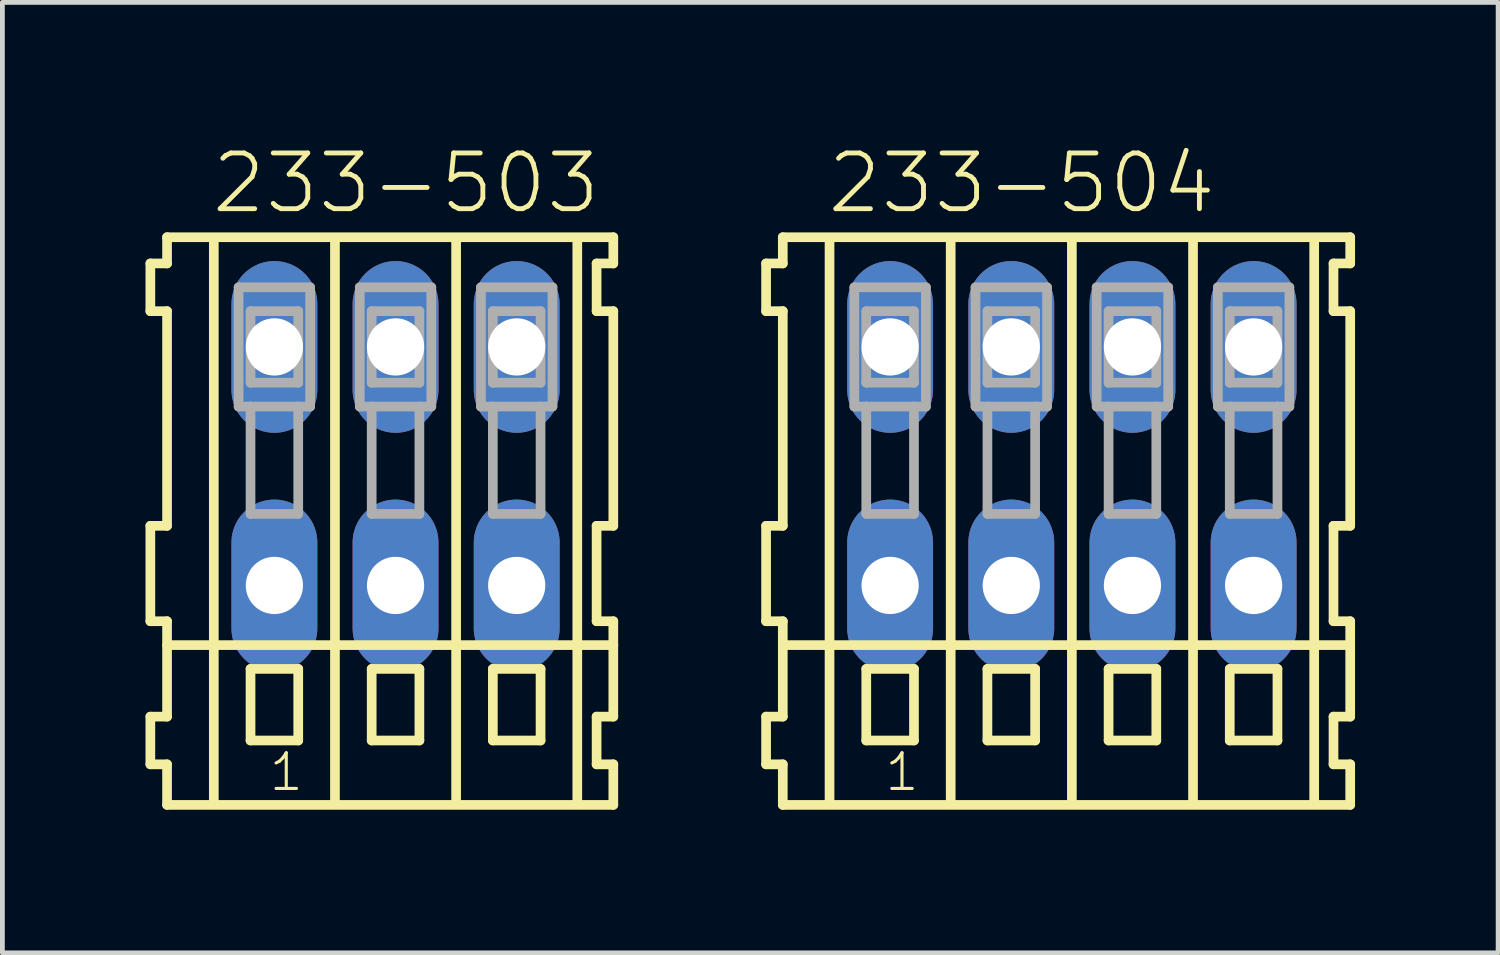
<source format=kicad_pcb>
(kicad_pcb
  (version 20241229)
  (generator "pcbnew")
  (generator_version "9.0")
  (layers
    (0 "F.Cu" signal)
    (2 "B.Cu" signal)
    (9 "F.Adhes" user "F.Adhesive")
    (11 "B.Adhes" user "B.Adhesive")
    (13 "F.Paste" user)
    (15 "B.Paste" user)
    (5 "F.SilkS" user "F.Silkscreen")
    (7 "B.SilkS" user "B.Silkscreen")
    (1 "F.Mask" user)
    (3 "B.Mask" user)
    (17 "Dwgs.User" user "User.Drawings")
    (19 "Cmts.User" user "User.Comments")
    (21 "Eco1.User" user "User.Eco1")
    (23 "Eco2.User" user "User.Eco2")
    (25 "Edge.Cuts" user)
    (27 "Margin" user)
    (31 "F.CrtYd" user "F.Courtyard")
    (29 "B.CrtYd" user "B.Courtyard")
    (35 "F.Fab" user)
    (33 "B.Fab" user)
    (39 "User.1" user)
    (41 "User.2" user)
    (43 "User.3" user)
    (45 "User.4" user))
  (footprint "233-503"
    (layer "F.Cu")
    (at 5.242 6.723)
    (property "Reference" "233-503" (at -3.91 -5.25 0) (layer "F.SilkS") (effects (font (size 1.168 1.168) (thickness 0.102)) (justify left bottom)))
    (fp_line (start -5.14 -4.25) (end -5.14 -3.25) (stroke (width 0.203) (type solid)) (layer "F.SilkS"))
    (fp_line (start -5.14 -3.25) (end -4.79 -3.25) (stroke (width 0.203) (type solid)) (layer "F.SilkS"))
    (fp_line (start -5.14 1.25) (end -5.14 3.25) (stroke (width 0.203) (type solid)) (layer "F.SilkS"))
    (fp_line (start -5.14 3.25) (end -4.79 3.25) (stroke (width 0.203) (type solid)) (layer "F.SilkS"))
    (fp_line (start -5.14 5.25) (end -5.14 6.25) (stroke (width 0.203) (type solid)) (layer "F.SilkS"))
    (fp_line (start -5.14 6.25) (end -4.79 6.25) (stroke (width 0.203) (type solid)) (layer "F.SilkS"))
    (fp_line (start -4.79 -4.8) (end -4.79 -4.25) (stroke (width 0.203) (type solid)) (layer "F.SilkS"))
    (fp_line (start -4.79 -4.25) (end -5.14 -4.25) (stroke (width 0.203) (type solid)) (layer "F.SilkS"))
    (fp_line (start -4.79 -3.25) (end -4.79 1.25) (stroke (width 0.203) (type solid)) (layer "F.SilkS"))
    (fp_line (start -4.79 1.25) (end -5.14 1.25) (stroke (width 0.203) (type solid)) (layer "F.SilkS"))
    (fp_line (start -4.79 3.25) (end -4.79 5.25) (stroke (width 0.203) (type solid)) (layer "F.SilkS"))
    (fp_line (start -4.79 3.75) (end 4.565 3.75) (stroke (width 0.203) (type solid)) (layer "F.SilkS"))
    (fp_line (start -4.79 5.25) (end -5.14 5.25) (stroke (width 0.203) (type solid)) (layer "F.SilkS"))
    (fp_line (start -4.79 6.25) (end -4.79 7.1) (stroke (width 0.203) (type solid)) (layer "F.SilkS"))
    (fp_line (start -4.79 7.1) (end 4.565 7.1) (stroke (width 0.203) (type solid)) (layer "F.SilkS"))
    (fp_line (start -3.81 6.985) (end -3.81 -4.699) (stroke (width 0.203) (type solid)) (layer "F.SilkS"))
    (fp_line (start -3.04 4.25) (end -3.04 5.75) (stroke (width 0.203) (type solid)) (layer "F.SilkS"))
    (fp_line (start -3.04 5.75) (end -2.04 5.75) (stroke (width 0.203) (type solid)) (layer "F.SilkS"))
    (fp_line (start -2.04 4.25) (end -3.04 4.25) (stroke (width 0.203) (type solid)) (layer "F.SilkS"))
    (fp_line (start -2.04 5.75) (end -2.04 4.25) (stroke (width 0.203) (type solid)) (layer "F.SilkS"))
    (fp_line (start -1.27 6.985) (end -1.27 -4.699) (stroke (width 0.203) (type solid)) (layer "F.SilkS"))
    (fp_line (start -0.5 4.25) (end -0.5 5.75) (stroke (width 0.203) (type solid)) (layer "F.SilkS"))
    (fp_line (start -0.5 5.75) (end 0.5 5.75) (stroke (width 0.203) (type solid)) (layer "F.SilkS"))
    (fp_line (start 0.5 4.25) (end -0.5 4.25) (stroke (width 0.203) (type solid)) (layer "F.SilkS"))
    (fp_line (start 0.5 5.75) (end 0.5 4.25) (stroke (width 0.203) (type solid)) (layer "F.SilkS"))
    (fp_line (start 1.27 6.985) (end 1.27 -4.699) (stroke (width 0.203) (type solid)) (layer "F.SilkS"))
    (fp_line (start 2.04 4.25) (end 2.04 5.75) (stroke (width 0.203) (type solid)) (layer "F.SilkS"))
    (fp_line (start 2.04 5.75) (end 3.04 5.75) (stroke (width 0.203) (type solid)) (layer "F.SilkS"))
    (fp_line (start 3.04 4.25) (end 2.04 4.25) (stroke (width 0.203) (type solid)) (layer "F.SilkS"))
    (fp_line (start 3.04 5.75) (end 3.04 4.25) (stroke (width 0.203) (type solid)) (layer "F.SilkS"))
    (fp_line (start 3.81 6.985) (end 3.81 -4.699) (stroke (width 0.203) (type solid)) (layer "F.SilkS"))
    (fp_line (start 4.215 -4.25) (end 4.215 -3.25) (stroke (width 0.203) (type solid)) (layer "F.SilkS"))
    (fp_line (start 4.215 -3.25) (end 4.565 -3.25) (stroke (width 0.203) (type solid)) (layer "F.SilkS"))
    (fp_line (start 4.215 1.25) (end 4.215 3.25) (stroke (width 0.203) (type solid)) (layer "F.SilkS"))
    (fp_line (start 4.215 3.25) (end 4.565 3.25) (stroke (width 0.203) (type solid)) (layer "F.SilkS"))
    (fp_line (start 4.215 5.25) (end 4.215 6.25) (stroke (width 0.203) (type solid)) (layer "F.SilkS"))
    (fp_line (start 4.215 6.25) (end 4.565 6.25) (stroke (width 0.203) (type solid)) (layer "F.SilkS"))
    (fp_line (start 4.565 -4.8) (end -4.79 -4.8) (stroke (width 0.203) (type solid)) (layer "F.SilkS"))
    (fp_line (start 4.565 -4.25) (end 4.215 -4.25) (stroke (width 0.203) (type solid)) (layer "F.SilkS"))
    (fp_line (start 4.565 -4.25) (end 4.565 -4.8) (stroke (width 0.203) (type solid)) (layer "F.SilkS"))
    (fp_line (start 4.565 1.25) (end 4.215 1.25) (stroke (width 0.203) (type solid)) (layer "F.SilkS"))
    (fp_line (start 4.565 1.25) (end 4.565 -3.25) (stroke (width 0.203) (type solid)) (layer "F.SilkS"))
    (fp_line (start 4.565 3.75) (end 4.565 3.25) (stroke (width 0.203) (type solid)) (layer "F.SilkS"))
    (fp_line (start 4.565 5.25) (end 4.215 5.25) (stroke (width 0.203) (type solid)) (layer "F.SilkS"))
    (fp_line (start 4.565 5.25) (end 4.565 3.75) (stroke (width 0.203) (type solid)) (layer "F.SilkS"))
    (fp_line (start 4.565 7.1) (end 4.565 6.25) (stroke (width 0.203) (type solid)) (layer "F.SilkS"))
    (fp_line (start -3.29 -3.75) (end -3.29 -1.25) (stroke (width 0.203) (type solid)) (layer "F.Fab"))
    (fp_line (start -3.29 -1.25) (end -3.04 -1.25) (stroke (width 0.203) (type solid)) (layer "F.Fab"))
    (fp_line (start -3.04 -3.25) (end -3.04 -1.75) (stroke (width 0.203) (type solid)) (layer "F.Fab"))
    (fp_line (start -3.04 -1.75) (end -2.04 -1.75) (stroke (width 0.203) (type solid)) (layer "F.Fab"))
    (fp_line (start -3.04 -1.25) (end -3.04 1) (stroke (width 0.203) (type solid)) (layer "F.Fab"))
    (fp_line (start -3.04 -1.25) (end -2.04 -1.25) (stroke (width 0.203) (type solid)) (layer "F.Fab"))
    (fp_line (start -3.04 1) (end -2.04 1) (stroke (width 0.203) (type solid)) (layer "F.Fab"))
    (fp_line (start -2.04 -3.25) (end -3.04 -3.25) (stroke (width 0.203) (type solid)) (layer "F.Fab"))
    (fp_line (start -2.04 -1.75) (end -2.04 -3.25) (stroke (width 0.203) (type solid)) (layer "F.Fab"))
    (fp_line (start -2.04 -1.25) (end -1.79 -1.25) (stroke (width 0.203) (type solid)) (layer "F.Fab"))
    (fp_line (start -2.04 1) (end -2.04 -1.25) (stroke (width 0.203) (type solid)) (layer "F.Fab"))
    (fp_line (start -1.79 -3.75) (end -3.29 -3.75) (stroke (width 0.203) (type solid)) (layer "F.Fab"))
    (fp_line (start -1.79 -1.25) (end -1.79 -3.75) (stroke (width 0.203) (type solid)) (layer "F.Fab"))
    (fp_line (start -0.75 -3.75) (end -0.75 -1.25) (stroke (width 0.203) (type solid)) (layer "F.Fab"))
    (fp_line (start -0.75 -1.25) (end -0.5 -1.25) (stroke (width 0.203) (type solid)) (layer "F.Fab"))
    (fp_line (start -0.5 -3.25) (end -0.5 -1.75) (stroke (width 0.203) (type solid)) (layer "F.Fab"))
    (fp_line (start -0.5 -1.75) (end 0.5 -1.75) (stroke (width 0.203) (type solid)) (layer "F.Fab"))
    (fp_line (start -0.5 -1.25) (end -0.5 1) (stroke (width 0.203) (type solid)) (layer "F.Fab"))
    (fp_line (start -0.5 -1.25) (end 0.5 -1.25) (stroke (width 0.203) (type solid)) (layer "F.Fab"))
    (fp_line (start -0.5 1) (end 0.5 1) (stroke (width 0.203) (type solid)) (layer "F.Fab"))
    (fp_line (start 0.5 -3.25) (end -0.5 -3.25) (stroke (width 0.203) (type solid)) (layer "F.Fab"))
    (fp_line (start 0.5 -1.75) (end 0.5 -3.25) (stroke (width 0.203) (type solid)) (layer "F.Fab"))
    (fp_line (start 0.5 -1.25) (end 0.75 -1.25) (stroke (width 0.203) (type solid)) (layer "F.Fab"))
    (fp_line (start 0.5 1) (end 0.5 -1.25) (stroke (width 0.203) (type solid)) (layer "F.Fab"))
    (fp_line (start 0.75 -3.75) (end -0.75 -3.75) (stroke (width 0.203) (type solid)) (layer "F.Fab"))
    (fp_line (start 0.75 -1.25) (end 0.75 -3.75) (stroke (width 0.203) (type solid)) (layer "F.Fab"))
    (fp_line (start 1.79 -3.75) (end 1.79 -1.25) (stroke (width 0.203) (type solid)) (layer "F.Fab"))
    (fp_line (start 1.79 -1.25) (end 2.04 -1.25) (stroke (width 0.203) (type solid)) (layer "F.Fab"))
    (fp_line (start 2.04 -3.25) (end 2.04 -1.75) (stroke (width 0.203) (type solid)) (layer "F.Fab"))
    (fp_line (start 2.04 -1.75) (end 3.04 -1.75) (stroke (width 0.203) (type solid)) (layer "F.Fab"))
    (fp_line (start 2.04 -1.25) (end 2.04 1) (stroke (width 0.203) (type solid)) (layer "F.Fab"))
    (fp_line (start 2.04 -1.25) (end 3.04 -1.25) (stroke (width 0.203) (type solid)) (layer "F.Fab"))
    (fp_line (start 2.04 1) (end 3.04 1) (stroke (width 0.203) (type solid)) (layer "F.Fab"))
    (fp_line (start 3.04 -3.25) (end 2.04 -3.25) (stroke (width 0.203) (type solid)) (layer "F.Fab"))
    (fp_line (start 3.04 -1.75) (end 3.04 -3.25) (stroke (width 0.203) (type solid)) (layer "F.Fab"))
    (fp_line (start 3.04 -1.25) (end 3.29 -1.25) (stroke (width 0.203) (type solid)) (layer "F.Fab"))
    (fp_line (start 3.04 1) (end 3.04 -1.25) (stroke (width 0.203) (type solid)) (layer "F.Fab"))
    (fp_line (start 3.29 -3.75) (end 1.79 -3.75) (stroke (width 0.203) (type solid)) (layer "F.Fab"))
    (fp_line (start 3.29 -1.25) (end 3.29 -3.75) (stroke (width 0.203) (type solid)) (layer "F.Fab"))
    (fp_text user "1" (at -2.69 6.85 0) (layer "F.SilkS") (effects (font (size 0.748 0.748) (thickness 0.065)) (justify left bottom)))
    (pad "A1" thru_hole oval (at -2.54 -2.5 90) (size 3.6 1.8) (drill 1.2) (layers "*.Cu" "*.Mask"))
    (pad "A2" thru_hole oval (at 0 -2.5 90) (size 3.6 1.8) (drill 1.2) (layers "*.Cu" "*.Mask"))
    (pad "A3" thru_hole oval (at 2.54 -2.5 90) (size 3.6 1.8) (drill 1.2) (layers "*.Cu" "*.Mask"))
    (pad "B1" thru_hole oval (at -2.54 2.5 90) (size 3.6 1.8) (drill 1.2) (layers "*.Cu" "*.Mask"))
    (pad "B2" thru_hole oval (at 0 2.5 90) (size 3.6 1.8) (drill 1.2) (layers "*.Cu" "*.Mask"))
    (pad "B3" thru_hole oval (at 2.54 2.5 90) (size 3.6 1.8) (drill 1.2) (layers "*.Cu" "*.Mask")))
  (footprint "233-504"
    (layer "F.Cu")
    (at 19.42 6.723)
    (property "Reference" "233-504" (at -5.18 -5.25 0) (layer "F.SilkS") (effects (font (size 1.168 1.168) (thickness 0.102)) (justify left bottom)))
    (fp_line (start -6.41 -4.25) (end -6.41 -3.25) (stroke (width 0.203) (type solid)) (layer "F.SilkS"))
    (fp_line (start -6.41 -3.25) (end -6.06 -3.25) (stroke (width 0.203) (type solid)) (layer "F.SilkS"))
    (fp_line (start -6.41 1.25) (end -6.41 3.25) (stroke (width 0.203) (type solid)) (layer "F.SilkS"))
    (fp_line (start -6.41 3.25) (end -6.06 3.25) (stroke (width 0.203) (type solid)) (layer "F.SilkS"))
    (fp_line (start -6.41 5.25) (end -6.41 6.25) (stroke (width 0.203) (type solid)) (layer "F.SilkS"))
    (fp_line (start -6.41 6.25) (end -6.06 6.25) (stroke (width 0.203) (type solid)) (layer "F.SilkS"))
    (fp_line (start -6.06 -4.8) (end -6.06 -4.25) (stroke (width 0.203) (type solid)) (layer "F.SilkS"))
    (fp_line (start -6.06 -4.25) (end -6.41 -4.25) (stroke (width 0.203) (type solid)) (layer "F.SilkS"))
    (fp_line (start -6.06 -3.25) (end -6.06 1.25) (stroke (width 0.203) (type solid)) (layer "F.SilkS"))
    (fp_line (start -6.06 1.25) (end -6.41 1.25) (stroke (width 0.203) (type solid)) (layer "F.SilkS"))
    (fp_line (start -6.06 3.25) (end -6.06 5.25) (stroke (width 0.203) (type solid)) (layer "F.SilkS"))
    (fp_line (start -6.06 3.75) (end 5.835 3.75) (stroke (width 0.203) (type solid)) (layer "F.SilkS"))
    (fp_line (start -6.06 5.25) (end -6.41 5.25) (stroke (width 0.203) (type solid)) (layer "F.SilkS"))
    (fp_line (start -6.06 6.25) (end -6.06 7.1) (stroke (width 0.203) (type solid)) (layer "F.SilkS"))
    (fp_line (start -6.06 7.1) (end 5.835 7.1) (stroke (width 0.203) (type solid)) (layer "F.SilkS"))
    (fp_line (start -5.08 6.985) (end -5.08 -4.699) (stroke (width 0.203) (type solid)) (layer "F.SilkS"))
    (fp_line (start -4.31 4.25) (end -4.31 5.75) (stroke (width 0.203) (type solid)) (layer "F.SilkS"))
    (fp_line (start -4.31 5.75) (end -3.31 5.75) (stroke (width 0.203) (type solid)) (layer "F.SilkS"))
    (fp_line (start -3.31 4.25) (end -4.31 4.25) (stroke (width 0.203) (type solid)) (layer "F.SilkS"))
    (fp_line (start -3.31 5.75) (end -3.31 4.25) (stroke (width 0.203) (type solid)) (layer "F.SilkS"))
    (fp_line (start -2.54 6.985) (end -2.54 -4.699) (stroke (width 0.203) (type solid)) (layer "F.SilkS"))
    (fp_line (start -1.77 4.25) (end -1.77 5.75) (stroke (width 0.203) (type solid)) (layer "F.SilkS"))
    (fp_line (start -1.77 5.75) (end -0.77 5.75) (stroke (width 0.203) (type solid)) (layer "F.SilkS"))
    (fp_line (start -0.77 4.25) (end -1.77 4.25) (stroke (width 0.203) (type solid)) (layer "F.SilkS"))
    (fp_line (start -0.77 5.75) (end -0.77 4.25) (stroke (width 0.203) (type solid)) (layer "F.SilkS"))
    (fp_line (start 0 6.985) (end 0 -4.699) (stroke (width 0.203) (type solid)) (layer "F.SilkS"))
    (fp_line (start 0.77 4.25) (end 0.77 5.75) (stroke (width 0.203) (type solid)) (layer "F.SilkS"))
    (fp_line (start 0.77 5.75) (end 1.77 5.75) (stroke (width 0.203) (type solid)) (layer "F.SilkS"))
    (fp_line (start 1.77 4.25) (end 0.77 4.25) (stroke (width 0.203) (type solid)) (layer "F.SilkS"))
    (fp_line (start 1.77 5.75) (end 1.77 4.25) (stroke (width 0.203) (type solid)) (layer "F.SilkS"))
    (fp_line (start 2.54 6.985) (end 2.54 -4.699) (stroke (width 0.203) (type solid)) (layer "F.SilkS"))
    (fp_line (start 3.31 4.25) (end 3.31 5.75) (stroke (width 0.203) (type solid)) (layer "F.SilkS"))
    (fp_line (start 3.31 5.75) (end 4.31 5.75) (stroke (width 0.203) (type solid)) (layer "F.SilkS"))
    (fp_line (start 4.31 4.25) (end 3.31 4.25) (stroke (width 0.203) (type solid)) (layer "F.SilkS"))
    (fp_line (start 4.31 5.75) (end 4.31 4.25) (stroke (width 0.203) (type solid)) (layer "F.SilkS"))
    (fp_line (start 5.08 6.985) (end 5.08 -4.699) (stroke (width 0.203) (type solid)) (layer "F.SilkS"))
    (fp_line (start 5.485 -4.25) (end 5.485 -3.25) (stroke (width 0.203) (type solid)) (layer "F.SilkS"))
    (fp_line (start 5.485 -3.25) (end 5.835 -3.25) (stroke (width 0.203) (type solid)) (layer "F.SilkS"))
    (fp_line (start 5.485 1.25) (end 5.485 3.25) (stroke (width 0.203) (type solid)) (layer "F.SilkS"))
    (fp_line (start 5.485 3.25) (end 5.835 3.25) (stroke (width 0.203) (type solid)) (layer "F.SilkS"))
    (fp_line (start 5.485 5.25) (end 5.485 6.25) (stroke (width 0.203) (type solid)) (layer "F.SilkS"))
    (fp_line (start 5.485 6.25) (end 5.835 6.25) (stroke (width 0.203) (type solid)) (layer "F.SilkS"))
    (fp_line (start 5.835 -4.8) (end -6.06 -4.8) (stroke (width 0.203) (type solid)) (layer "F.SilkS"))
    (fp_line (start 5.835 -4.25) (end 5.485 -4.25) (stroke (width 0.203) (type solid)) (layer "F.SilkS"))
    (fp_line (start 5.835 -4.25) (end 5.835 -4.8) (stroke (width 0.203) (type solid)) (layer "F.SilkS"))
    (fp_line (start 5.835 1.25) (end 5.485 1.25) (stroke (width 0.203) (type solid)) (layer "F.SilkS"))
    (fp_line (start 5.835 1.25) (end 5.835 -3.25) (stroke (width 0.203) (type solid)) (layer "F.SilkS"))
    (fp_line (start 5.835 3.75) (end 5.835 3.25) (stroke (width 0.203) (type solid)) (layer "F.SilkS"))
    (fp_line (start 5.835 5.25) (end 5.485 5.25) (stroke (width 0.203) (type solid)) (layer "F.SilkS"))
    (fp_line (start 5.835 5.25) (end 5.835 3.75) (stroke (width 0.203) (type solid)) (layer "F.SilkS"))
    (fp_line (start 5.835 7.1) (end 5.835 6.25) (stroke (width 0.203) (type solid)) (layer "F.SilkS"))
    (fp_line (start -4.56 -3.75) (end -4.56 -1.25) (stroke (width 0.203) (type solid)) (layer "F.Fab"))
    (fp_line (start -4.56 -1.25) (end -4.31 -1.25) (stroke (width 0.203) (type solid)) (layer "F.Fab"))
    (fp_line (start -4.31 -3.25) (end -4.31 -1.75) (stroke (width 0.203) (type solid)) (layer "F.Fab"))
    (fp_line (start -4.31 -1.75) (end -3.31 -1.75) (stroke (width 0.203) (type solid)) (layer "F.Fab"))
    (fp_line (start -4.31 -1.25) (end -4.31 1) (stroke (width 0.203) (type solid)) (layer "F.Fab"))
    (fp_line (start -4.31 -1.25) (end -3.31 -1.25) (stroke (width 0.203) (type solid)) (layer "F.Fab"))
    (fp_line (start -4.31 1) (end -3.31 1) (stroke (width 0.203) (type solid)) (layer "F.Fab"))
    (fp_line (start -3.31 -3.25) (end -4.31 -3.25) (stroke (width 0.203) (type solid)) (layer "F.Fab"))
    (fp_line (start -3.31 -1.75) (end -3.31 -3.25) (stroke (width 0.203) (type solid)) (layer "F.Fab"))
    (fp_line (start -3.31 -1.25) (end -3.06 -1.25) (stroke (width 0.203) (type solid)) (layer "F.Fab"))
    (fp_line (start -3.31 1) (end -3.31 -1.25) (stroke (width 0.203) (type solid)) (layer "F.Fab"))
    (fp_line (start -3.06 -3.75) (end -4.56 -3.75) (stroke (width 0.203) (type solid)) (layer "F.Fab"))
    (fp_line (start -3.06 -1.25) (end -3.06 -3.75) (stroke (width 0.203) (type solid)) (layer "F.Fab"))
    (fp_line (start -2.02 -3.75) (end -2.02 -1.25) (stroke (width 0.203) (type solid)) (layer "F.Fab"))
    (fp_line (start -2.02 -1.25) (end -1.77 -1.25) (stroke (width 0.203) (type solid)) (layer "F.Fab"))
    (fp_line (start -1.77 -3.25) (end -1.77 -1.75) (stroke (width 0.203) (type solid)) (layer "F.Fab"))
    (fp_line (start -1.77 -1.75) (end -0.77 -1.75) (stroke (width 0.203) (type solid)) (layer "F.Fab"))
    (fp_line (start -1.77 -1.25) (end -1.77 1) (stroke (width 0.203) (type solid)) (layer "F.Fab"))
    (fp_line (start -1.77 -1.25) (end -0.77 -1.25) (stroke (width 0.203) (type solid)) (layer "F.Fab"))
    (fp_line (start -1.77 1) (end -0.77 1) (stroke (width 0.203) (type solid)) (layer "F.Fab"))
    (fp_line (start -0.77 -3.25) (end -1.77 -3.25) (stroke (width 0.203) (type solid)) (layer "F.Fab"))
    (fp_line (start -0.77 -1.75) (end -0.77 -3.25) (stroke (width 0.203) (type solid)) (layer "F.Fab"))
    (fp_line (start -0.77 -1.25) (end -0.52 -1.25) (stroke (width 0.203) (type solid)) (layer "F.Fab"))
    (fp_line (start -0.77 1) (end -0.77 -1.25) (stroke (width 0.203) (type solid)) (layer "F.Fab"))
    (fp_line (start -0.52 -3.75) (end -2.02 -3.75) (stroke (width 0.203) (type solid)) (layer "F.Fab"))
    (fp_line (start -0.52 -1.25) (end -0.52 -3.75) (stroke (width 0.203) (type solid)) (layer "F.Fab"))
    (fp_line (start 0.52 -3.75) (end 0.52 -1.25) (stroke (width 0.203) (type solid)) (layer "F.Fab"))
    (fp_line (start 0.52 -1.25) (end 0.77 -1.25) (stroke (width 0.203) (type solid)) (layer "F.Fab"))
    (fp_line (start 0.77 -3.25) (end 0.77 -1.75) (stroke (width 0.203) (type solid)) (layer "F.Fab"))
    (fp_line (start 0.77 -1.75) (end 1.77 -1.75) (stroke (width 0.203) (type solid)) (layer "F.Fab"))
    (fp_line (start 0.77 -1.25) (end 0.77 1) (stroke (width 0.203) (type solid)) (layer "F.Fab"))
    (fp_line (start 0.77 -1.25) (end 1.77 -1.25) (stroke (width 0.203) (type solid)) (layer "F.Fab"))
    (fp_line (start 0.77 1) (end 1.77 1) (stroke (width 0.203) (type solid)) (layer "F.Fab"))
    (fp_line (start 1.77 -3.25) (end 0.77 -3.25) (stroke (width 0.203) (type solid)) (layer "F.Fab"))
    (fp_line (start 1.77 -1.75) (end 1.77 -3.25) (stroke (width 0.203) (type solid)) (layer "F.Fab"))
    (fp_line (start 1.77 -1.25) (end 2.02 -1.25) (stroke (width 0.203) (type solid)) (layer "F.Fab"))
    (fp_line (start 1.77 1) (end 1.77 -1.25) (stroke (width 0.203) (type solid)) (layer "F.Fab"))
    (fp_line (start 2.02 -3.75) (end 0.52 -3.75) (stroke (width 0.203) (type solid)) (layer "F.Fab"))
    (fp_line (start 2.02 -1.25) (end 2.02 -3.75) (stroke (width 0.203) (type solid)) (layer "F.Fab"))
    (fp_line (start 3.06 -3.75) (end 3.06 -1.25) (stroke (width 0.203) (type solid)) (layer "F.Fab"))
    (fp_line (start 3.06 -1.25) (end 3.31 -1.25) (stroke (width 0.203) (type solid)) (layer "F.Fab"))
    (fp_line (start 3.31 -3.25) (end 3.31 -1.75) (stroke (width 0.203) (type solid)) (layer "F.Fab"))
    (fp_line (start 3.31 -1.75) (end 4.31 -1.75) (stroke (width 0.203) (type solid)) (layer "F.Fab"))
    (fp_line (start 3.31 -1.25) (end 3.31 1) (stroke (width 0.203) (type solid)) (layer "F.Fab"))
    (fp_line (start 3.31 -1.25) (end 4.31 -1.25) (stroke (width 0.203) (type solid)) (layer "F.Fab"))
    (fp_line (start 3.31 1) (end 4.31 1) (stroke (width 0.203) (type solid)) (layer "F.Fab"))
    (fp_line (start 4.31 -3.25) (end 3.31 -3.25) (stroke (width 0.203) (type solid)) (layer "F.Fab"))
    (fp_line (start 4.31 -1.75) (end 4.31 -3.25) (stroke (width 0.203) (type solid)) (layer "F.Fab"))
    (fp_line (start 4.31 -1.25) (end 4.56 -1.25) (stroke (width 0.203) (type solid)) (layer "F.Fab"))
    (fp_line (start 4.31 1) (end 4.31 -1.25) (stroke (width 0.203) (type solid)) (layer "F.Fab"))
    (fp_line (start 4.56 -3.75) (end 3.06 -3.75) (stroke (width 0.203) (type solid)) (layer "F.Fab"))
    (fp_line (start 4.56 -1.25) (end 4.56 -3.75) (stroke (width 0.203) (type solid)) (layer "F.Fab"))
    (fp_text user "1" (at -3.96 6.85 0) (layer "F.SilkS") (effects (font (size 0.748 0.748) (thickness 0.065)) (justify left bottom)))
    (pad "A1" thru_hole oval (at -3.81 -2.5 90) (size 3.6 1.8) (drill 1.2) (layers "*.Cu" "*.Mask"))
    (pad "A2" thru_hole oval (at -1.27 -2.5 90) (size 3.6 1.8) (drill 1.2) (layers "*.Cu" "*.Mask"))
    (pad "A3" thru_hole oval (at 1.27 -2.5 90) (size 3.6 1.8) (drill 1.2) (layers "*.Cu" "*.Mask"))
    (pad "A4" thru_hole oval (at 3.81 -2.5 90) (size 3.6 1.8) (drill 1.2) (layers "*.Cu" "*.Mask"))
    (pad "B1" thru_hole oval (at -3.81 2.5 90) (size 3.6 1.8) (drill 1.2) (layers "*.Cu" "*.Mask"))
    (pad "B2" thru_hole oval (at -1.27 2.5 90) (size 3.6 1.8) (drill 1.2) (layers "*.Cu" "*.Mask"))
    (pad "B3" thru_hole oval (at 1.27 2.5 90) (size 3.6 1.8) (drill 1.2) (layers "*.Cu" "*.Mask"))
    (pad "B4" thru_hole oval (at 3.81 2.5 90) (size 3.6 1.8) (drill 1.2) (layers "*.Cu" "*.Mask")))
  (gr_rect
    (start -3 -3)
    (end 28.356 16.925)
    (stroke (width 0.1) (type default))
    (fill no)
    (layer "Edge.Cuts")))
</source>
